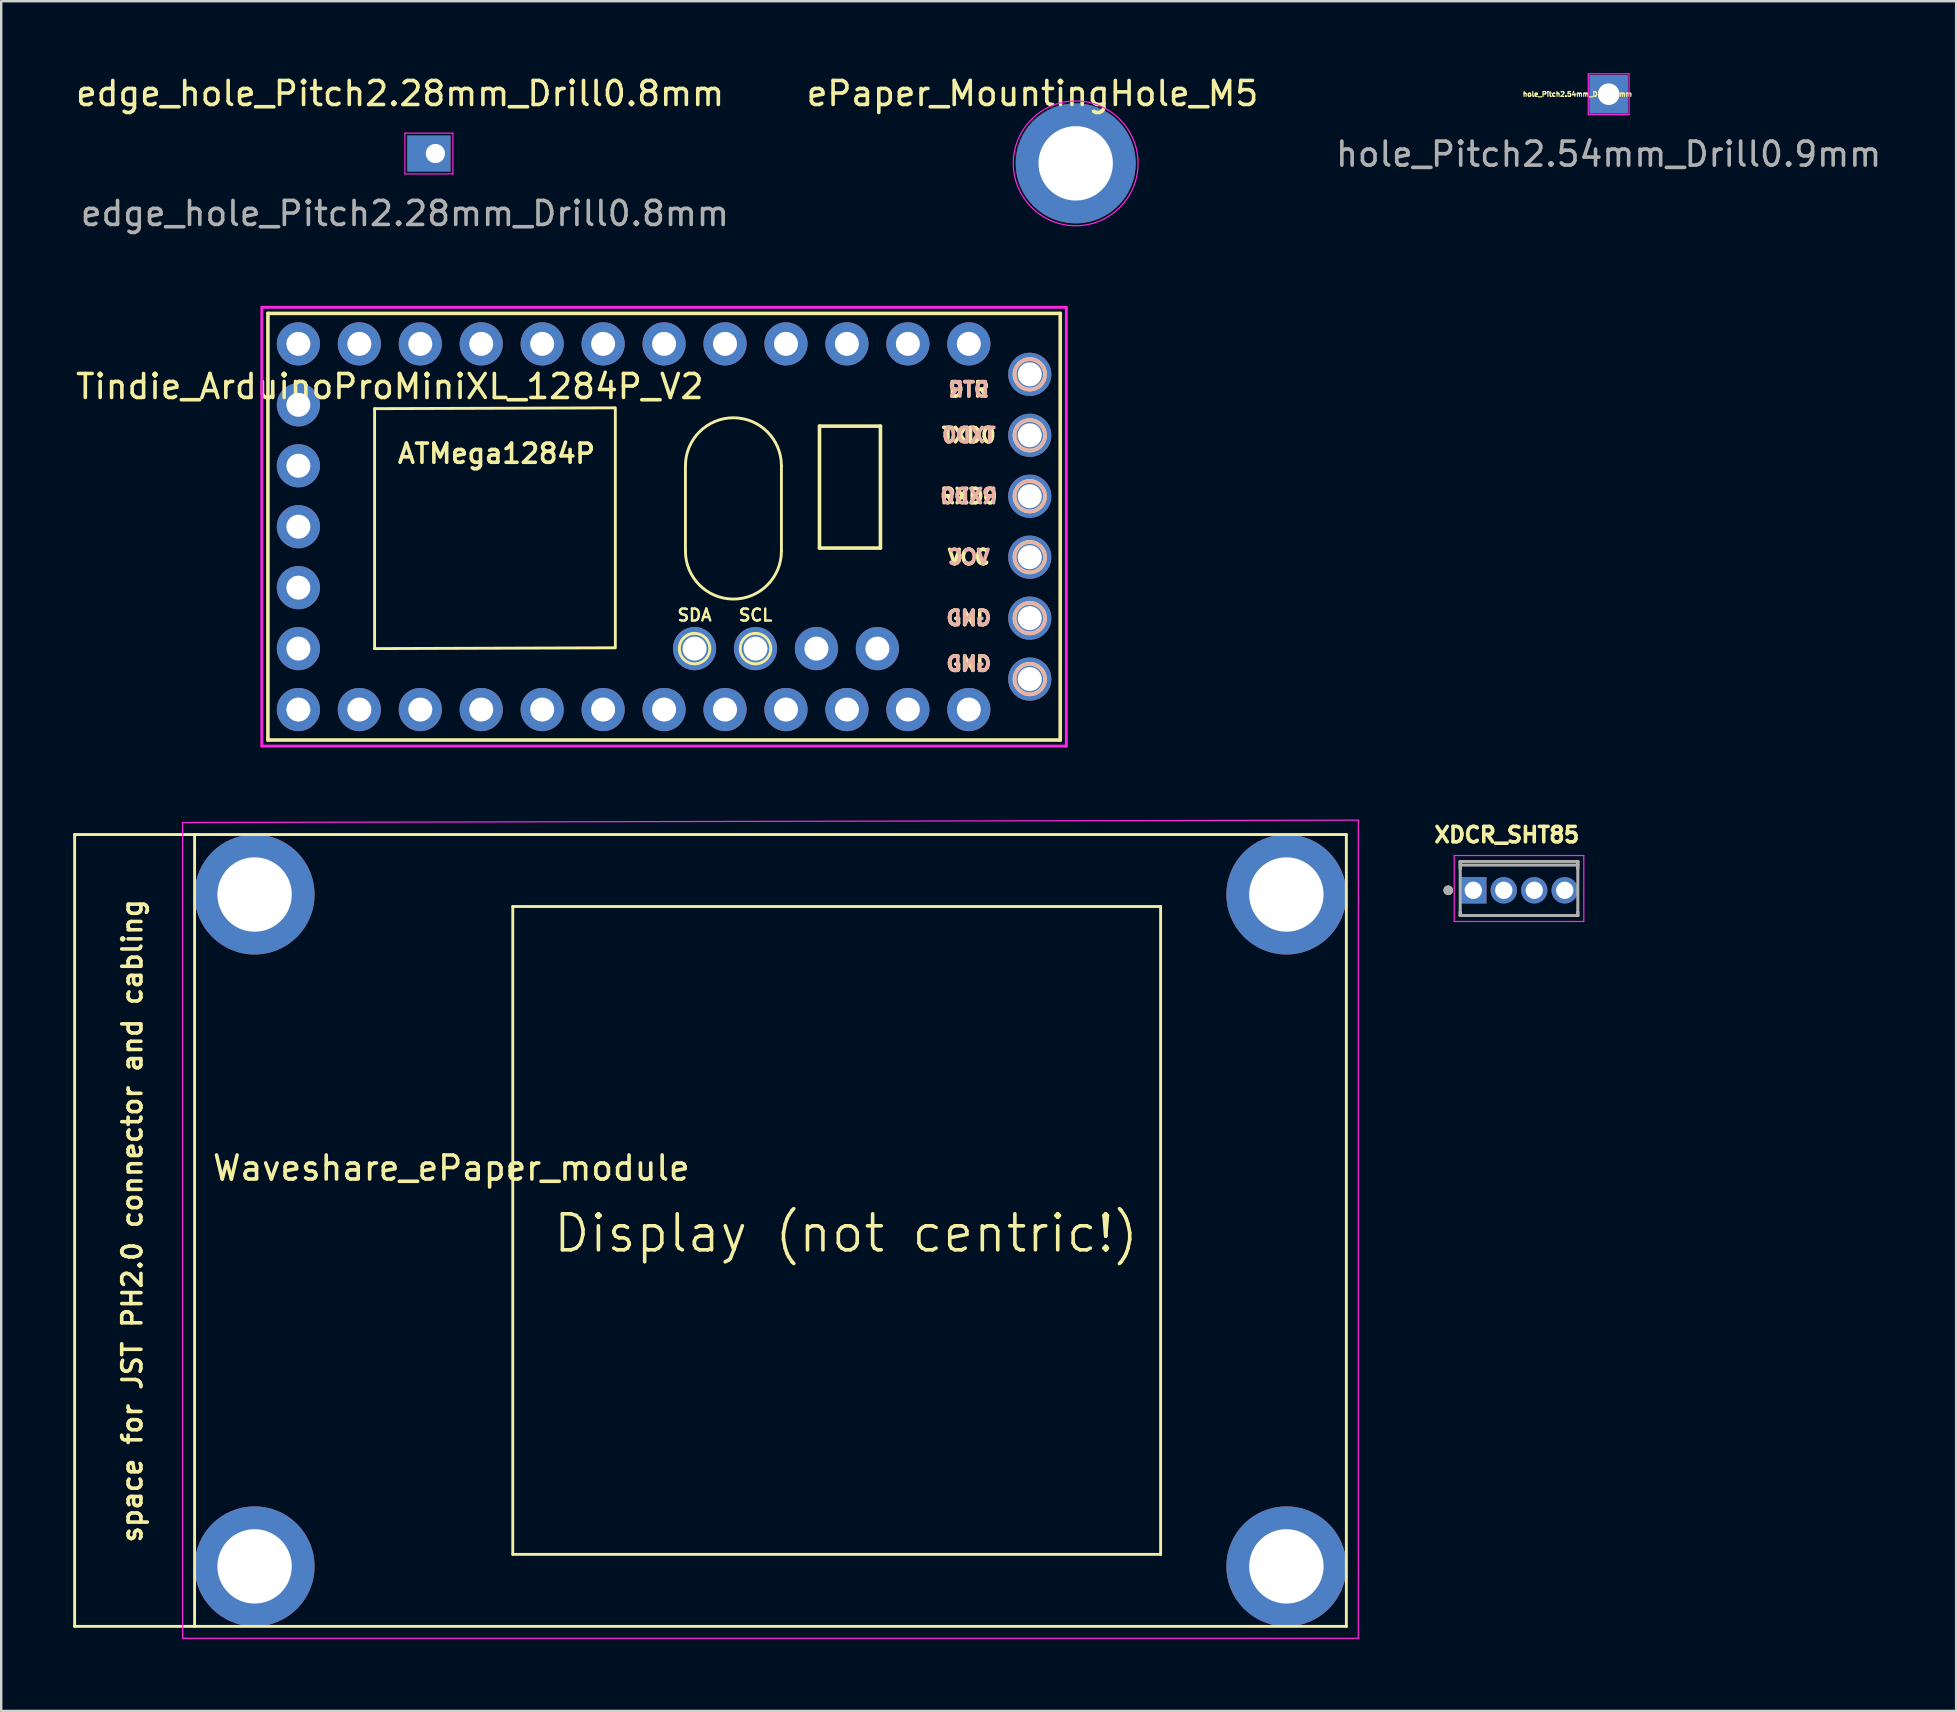
<source format=kicad_pcb>
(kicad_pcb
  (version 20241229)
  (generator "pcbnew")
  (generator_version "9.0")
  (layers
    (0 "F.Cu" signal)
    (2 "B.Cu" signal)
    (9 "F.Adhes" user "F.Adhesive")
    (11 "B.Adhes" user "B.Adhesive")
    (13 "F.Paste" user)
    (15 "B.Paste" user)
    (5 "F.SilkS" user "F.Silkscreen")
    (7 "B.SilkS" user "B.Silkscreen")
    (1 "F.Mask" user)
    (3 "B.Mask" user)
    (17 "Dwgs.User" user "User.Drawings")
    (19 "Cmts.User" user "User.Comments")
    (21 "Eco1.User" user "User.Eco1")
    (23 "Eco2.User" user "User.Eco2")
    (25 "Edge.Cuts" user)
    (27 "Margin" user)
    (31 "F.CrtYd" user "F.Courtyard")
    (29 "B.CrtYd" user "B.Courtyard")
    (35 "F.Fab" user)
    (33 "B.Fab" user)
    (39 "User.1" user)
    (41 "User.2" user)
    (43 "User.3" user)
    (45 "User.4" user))
  (footprint "Tindie_ArduinoProMiniXL_1284P_V2"
    (layer "F.Cu")
    (at 8.116 27.791)
    (property "Reference" "Tindie_ArduinoProMiniXL_1284P_V2" (at 5.08 -14.732 0) (layer "F.SilkS") (effects (font (size 1 1) (thickness 0.15))))
    (attr through_hole)
    (fp_line (start 0 -17.78) (end 0 0) (stroke (width 0.15) (type solid)) (layer "F.SilkS"))
    (fp_line (start 0 0) (end 33.02 0) (stroke (width 0.15) (type solid)) (layer "F.SilkS"))
    (fp_line (start 4.445 -13.81) (end 14.445 -13.843) (stroke (width 0.12) (type solid)) (layer "F.SilkS"))
    (fp_line (start 4.445 -3.81) (end 4.445 -13.81) (stroke (width 0.12) (type solid)) (layer "F.SilkS"))
    (fp_line (start 4.445 -3.81) (end 14.445 -3.843) (stroke (width 0.12) (type solid)) (layer "F.SilkS"))
    (fp_line (start 14.478 -3.843) (end 14.478 -13.843) (stroke (width 0.12) (type solid)) (layer "F.SilkS"))
    (fp_line (start 17.399 -11.43) (end 17.399 -7.874) (stroke (width 0.12) (type solid)) (layer "F.SilkS"))
    (fp_line (start 21.4 -11.43) (end 21.4 -7.874) (stroke (width 0.12) (type solid)) (layer "F.SilkS"))
    (fp_line (start 22.987 -13.081) (end 22.987 -8.001) (stroke (width 0.15) (type solid)) (layer "F.SilkS"))
    (fp_line (start 22.987 -8.001) (end 25.527 -8.001) (stroke (width 0.15) (type solid)) (layer "F.SilkS"))
    (fp_line (start 25.527 -13.081) (end 22.987 -13.081) (stroke (width 0.15) (type solid)) (layer "F.SilkS"))
    (fp_line (start 25.527 -8.001) (end 25.527 -13.081) (stroke (width 0.15) (type solid)) (layer "F.SilkS"))
    (fp_line (start 33.02 -17.78) (end 0 -17.78) (stroke (width 0.15) (type solid)) (layer "F.SilkS"))
    (fp_line (start 33.02 0) (end 33.02 -17.78) (stroke (width 0.15) (type solid)) (layer "F.SilkS"))
    (fp_arc (start 17.4 -11.43) (mid 19.4 -13.43) (end 21.4 -11.43) (stroke (width 0.12) (type solid)) (layer "F.SilkS"))
    (fp_arc (start 21.4 -7.874) (mid 19.4 -5.874) (end 17.4 -7.874) (stroke (width 0.12) (type solid)) (layer "F.SilkS"))
    (fp_circle (center 17.78 -3.81) (end 18.288 -4.191) (stroke (width 0.12) (type solid)) (fill no) (layer "F.SilkS"))
    (fp_circle (center 20.32 -3.81) (end 20.828 -4.191) (stroke (width 0.12) (type solid)) (fill no) (layer "F.SilkS"))
    (fp_circle (center 31.75 -15.24) (end 31.75 -14.605) (stroke (width 0.15) (type solid)) (fill no) (layer "F.SilkS"))
    (fp_circle (center 31.75 -12.7) (end 31.75 -12.065) (stroke (width 0.15) (type solid)) (fill no) (layer "F.SilkS"))
    (fp_circle (center 31.75 -10.16) (end 31.75 -9.525) (stroke (width 0.15) (type solid)) (fill no) (layer "F.SilkS"))
    (fp_circle (center 31.75 -7.62) (end 31.75 -6.985) (stroke (width 0.15) (type solid)) (fill no) (layer "F.SilkS"))
    (fp_circle (center 31.75 -5.08) (end 31.75 -4.445) (stroke (width 0.15) (type solid)) (fill no) (layer "F.SilkS"))
    (fp_circle (center 31.75 -2.54) (end 31.75 -1.905) (stroke (width 0.15) (type solid)) (fill no) (layer "F.SilkS"))
    (fp_circle (center 31.75 -15.24) (end 31.75 -14.605) (stroke (width 0.15) (type solid)) (fill no) (layer "B.SilkS"))
    (fp_circle (center 31.75 -12.7) (end 31.75 -12.065) (stroke (width 0.15) (type solid)) (fill no) (layer "B.SilkS"))
    (fp_circle (center 31.75 -10.16) (end 31.75 -9.525) (stroke (width 0.15) (type solid)) (fill no) (layer "B.SilkS"))
    (fp_circle (center 31.75 -7.62) (end 31.75 -6.985) (stroke (width 0.15) (type solid)) (fill no) (layer "B.SilkS"))
    (fp_circle (center 31.75 -5.08) (end 31.75 -4.445) (stroke (width 0.15) (type solid)) (fill no) (layer "B.SilkS"))
    (fp_circle (center 31.75 -2.54) (end 31.75 -1.905) (stroke (width 0.15) (type solid)) (fill no) (layer "B.SilkS"))
    (fp_line (start -0.254 -18.034) (end 33.274 -18.034) (stroke (width 0.12) (type solid)) (layer "F.CrtYd"))
    (fp_line (start -0.254 0.254) (end -0.254 -18.034) (stroke (width 0.12) (type solid)) (layer "F.CrtYd"))
    (fp_line (start 33.274 -18.034) (end 33.274 0.254) (stroke (width 0.12) (type solid)) (layer "F.CrtYd"))
    (fp_line (start 33.274 0.254) (end -0.254 0.254) (stroke (width 0.12) (type solid)) (layer "F.CrtYd"))
    (fp_text user "SDA" (at 17.78 -5.207 0) (layer "F.SilkS") (effects (font (size 0.5 0.5) (thickness 0.1))))
    (fp_text user "DTR" (at 29.21 -14.605 0) (layer "F.SilkS") (effects (font (size 0.6 0.6) (thickness 0.15))))
    (fp_text user "RXD0" (at 29.21 -10.16 0) (layer "F.SilkS") (effects (font (size 0.6 0.6) (thickness 0.15))))
    (fp_text user "SCL" (at 20.32 -5.207 0) (layer "F.SilkS") (effects (font (size 0.5 0.5) (thickness 0.1))))
    (fp_text user "GND" (at 29.21 -5.08 0) (layer "F.SilkS") (effects (font (size 0.6 0.6) (thickness 0.15))))
    (fp_text user "VCC" (at 29.21 -7.62 0) (layer "F.SilkS") (effects (font (size 0.6 0.6) (thickness 0.15))))
    (fp_text user "TXD0" (at 29.21 -12.7 0) (layer "F.SilkS") (effects (font (size 0.6 0.6) (thickness 0.15))))
    (fp_text user "GND" (at 29.21 -3.175 0) (layer "F.SilkS") (effects (font (size 0.6 0.6) (thickness 0.15))))
    (fp_text user "ATMega1284P" (at 9.525 -11.938 0) (layer "F.SilkS") (effects (font (size 0.8 0.8) (thickness 0.15))))
    (fp_text user "DTR" (at 29.21 -14.605 0) (layer "B.SilkS") (effects (font (size 0.6 0.6) (thickness 0.15)) (justify mirror)))
    (fp_text user "GND" (at 29.21 -5.08 0) (layer "B.SilkS") (effects (font (size 0.6 0.6) (thickness 0.15)) (justify mirror)))
    (fp_text user "GND" (at 29.21 -3.175 0) (layer "B.SilkS") (effects (font (size 0.6 0.6) (thickness 0.15)) (justify mirror)))
    (fp_text user "VCC" (at 29.21 -7.62 0) (layer "B.SilkS") (effects (font (size 0.6 0.6) (thickness 0.15)) (justify mirror)))
    (fp_text user "RXD0" (at 29.21 -10.16 0) (layer "B.SilkS") (effects (font (size 0.6 0.6) (thickness 0.15)) (justify mirror)))
    (fp_text user "TXD0" (at 29.21 -12.7 0) (layer "B.SilkS") (effects (font (size 0.6 0.6) (thickness 0.15)) (justify mirror)))
    (pad "1A" thru_hole circle (at 29.21 -1.27) (size 1.8 1.8) (drill 1) (layers "*.Cu" "*.Mask"))
    (pad "1B" thru_hole circle (at 1.27 -13.97) (size 1.8 1.8) (drill 1) (layers "*.Cu" "*.Mask"))
    (pad "1C" thru_hole circle (at 29.21 -16.51) (size 1.8 1.8) (drill 1) (layers "*.Cu" "*.Mask"))
    (pad "1D" thru_hole circle (at 31.75 -15.24) (size 1.8 1.8) (drill 1) (layers "*.Cu" "*.Mask"))
    (pad "1E" thru_hole circle (at 25.4 -3.81) (size 1.8 1.8) (drill 1) (layers "*.Cu" "*.Mask"))
    (pad "2A" thru_hole circle (at 26.67 -1.27) (size 1.8 1.8) (drill 1) (layers "*.Cu" "*.Mask"))
    (pad "2B" thru_hole circle (at 1.27 -11.43) (size 1.8 1.8) (drill 1) (layers "*.Cu" "*.Mask"))
    (pad "2C" thru_hole circle (at 26.67 -16.51) (size 1.8 1.8) (drill 1) (layers "*.Cu" "*.Mask"))
    (pad "2D" thru_hole circle (at 31.75 -12.7) (size 1.8 1.8) (drill 1) (layers "*.Cu" "*.Mask"))
    (pad "2E" thru_hole circle (at 22.86 -3.81) (size 1.8 1.8) (drill 1) (layers "*.Cu" "*.Mask"))
    (pad "3A" thru_hole circle (at 24.13 -1.27) (size 1.8 1.8) (drill 1) (layers "*.Cu" "*.Mask"))
    (pad "3B" thru_hole circle (at 1.27 -8.89) (size 1.8 1.8) (drill 1) (layers "*.Cu" "*.Mask"))
    (pad "3C" thru_hole circle (at 24.13 -16.51) (size 1.8 1.8) (drill 1) (layers "*.Cu" "*.Mask"))
    (pad "3D" thru_hole circle (at 31.75 -10.16) (size 1.8 1.8) (drill 1) (layers "*.Cu" "*.Mask"))
    (pad "3E" thru_hole circle (at 20.32 -3.81) (size 1.8 1.8) (drill 1) (layers "*.Cu" "*.Mask"))
    (pad "4A" thru_hole circle (at 21.59 -1.27) (size 1.8 1.8) (drill 1) (layers "*.Cu" "*.Mask"))
    (pad "4B" thru_hole circle (at 1.27 -6.35) (size 1.8 1.8) (drill 1) (layers "*.Cu" "*.Mask"))
    (pad "4C" thru_hole circle (at 21.59 -16.51) (size 1.8 1.8) (drill 1) (layers "*.Cu" "*.Mask"))
    (pad "4D" thru_hole circle (at 31.75 -7.62) (size 1.8 1.8) (drill 1) (layers "*.Cu" "*.Mask"))
    (pad "4E" thru_hole circle (at 17.78 -3.81) (size 1.8 1.8) (drill 1) (layers "*.Cu" "*.Mask"))
    (pad "5A" thru_hole circle (at 19.05 -1.27) (size 1.8 1.8) (drill 1) (layers "*.Cu" "*.Mask"))
    (pad "5B" thru_hole circle (at 1.27 -3.81) (size 1.8 1.8) (drill 1) (layers "*.Cu" "*.Mask"))
    (pad "5C" thru_hole circle (at 19.05 -16.51) (size 1.8 1.8) (drill 1) (layers "*.Cu" "*.Mask"))
    (pad "5D" thru_hole circle (at 31.75 -5.08) (size 1.8 1.8) (drill 1) (layers "*.Cu" "*.Mask"))
    (pad "6A" thru_hole circle (at 16.51 -1.27) (size 1.8 1.8) (drill 1) (layers "*.Cu" "*.Mask"))
    (pad "6C" thru_hole circle (at 16.51 -16.51) (size 1.8 1.8) (drill 1) (layers "*.Cu" "*.Mask"))
    (pad "6D" thru_hole circle (at 31.75 -2.54) (size 1.8 1.8) (drill 1) (layers "*.Cu" "*.Mask"))
    (pad "7A" thru_hole circle (at 13.97 -1.27) (size 1.8 1.8) (drill 1) (layers "*.Cu" "*.Mask"))
    (pad "7C" thru_hole circle (at 13.97 -16.51) (size 1.8 1.8) (drill 1) (layers "*.Cu" "*.Mask"))
    (pad "8A" thru_hole circle (at 11.43 -1.27) (size 1.8 1.8) (drill 1) (layers "*.Cu" "*.Mask"))
    (pad "8C" thru_hole circle (at 11.43 -16.51) (size 1.8 1.8) (drill 1) (layers "*.Cu" "*.Mask"))
    (pad "9A" thru_hole circle (at 8.89 -1.27) (size 1.8 1.8) (drill 1) (layers "*.Cu" "*.Mask"))
    (pad "9C" thru_hole circle (at 8.89 -16.51) (size 1.8 1.8) (drill 1) (layers "*.Cu" "*.Mask"))
    (pad "10A" thru_hole circle (at 6.35 -1.27) (size 1.8 1.8) (drill 1) (layers "*.Cu" "*.Mask"))
    (pad "10C" thru_hole circle (at 6.35 -16.51) (size 1.8 1.8) (drill 1) (layers "*.Cu" "*.Mask"))
    (pad "11A" thru_hole circle (at 3.81 -1.27) (size 1.8 1.8) (drill 1) (layers "*.Cu" "*.Mask"))
    (pad "11C" thru_hole circle (at 3.81 -16.51) (size 1.8 1.8) (drill 1) (layers "*.Cu" "*.Mask"))
    (pad "12A" thru_hole circle (at 1.27 -1.27) (size 1.8 1.8) (drill 1) (layers "*.Cu" "*.Mask"))
    (pad "12C" thru_hole circle (at 1.27 -16.51) (size 1.8 1.8) (drill 1) (layers "*.Cu" "*.Mask")))
  (footprint "ePaper_MountingHole_M5"
    (layer "F.Cu")
    (at 41.78 3.758)
    (property "Reference" "ePaper_MountingHole_M5" (at -1.8 -2.91 0) (layer "F.SilkS") (effects (font (size 1 1) (thickness 0.15))))
    (attr through_hole)
    (fp_circle (center 0 0) (end 2.6 0) (stroke (width 0.05) (type solid)) (fill no) (layer "F.CrtYd"))
    (pad "1" thru_hole circle (at 0 0) (size 5 5) (drill 3.1) (layers "*.Cu" "*.Mask")))
  (footprint "edge_hole_Pitch2.28mm_Drill0.8mm"
    (layer "F.Cu")
    (at 13.825 3.348)
    (property "Reference" "edge_hole_Pitch2.28mm_Drill0.8mm" (at -0.2 -2.5 0) (unlocked yes) (layer "F.SilkS") (effects (font (size 1 1) (thickness 0.15))))
    (attr smd)
    (fp_line (start 0 -0.85) (end 2 -0.85) (stroke (width 0.05) (type solid)) (layer "F.CrtYd"))
    (fp_line (start 0 0.85) (end 0 -0.85) (stroke (width 0.05) (type solid)) (layer "F.CrtYd"))
    (fp_line (start 2 -0.85) (end 2 0.85) (stroke (width 0.05) (type solid)) (layer "F.CrtYd"))
    (fp_line (start 2 0.85) (end 0 0.85) (stroke (width 0.05) (type solid)) (layer "F.CrtYd"))
    (fp_text user "${REFERENCE}" (at 0 2.5 0) (unlocked yes) (layer "F.Fab") (effects (font (size 1 1) (thickness 0.15))))
    (pad "1" thru_hole rect (at 1.27 0) (size 1.8 1.5) (drill 0.8 (offset -0.27 0)) (property pad_prop_castellated) (layers "*.Cu" "*.Mask")))
  (footprint "XDCR_SHT85"
    (layer "F.Cu")
    (at 60.256 34.054)
    (property "Reference" "XDCR_SHT85" (at -0.508 -2.311 0) (layer "F.SilkS") (effects (font (size 0.64 0.64) (thickness 0.15))))
    (attr through_hole)
    (fp_line (start -2.45 -1.2) (end -2.45 -0.9) (stroke (width 0.127) (type solid)) (layer "F.SilkS"))
    (fp_line (start -2.45 1.05) (end -2.45 0.9) (stroke (width 0.127) (type solid)) (layer "F.SilkS"))
    (fp_line (start -2.45 1.05) (end 2.45 1.05) (stroke (width 0.127) (type solid)) (layer "F.SilkS"))
    (fp_line (start 2.45 -1.2) (end -2.45 -1.2) (stroke (width 0.127) (type solid)) (layer "F.SilkS"))
    (fp_line (start 2.45 -1.2) (end 2.45 -0.9) (stroke (width 0.127) (type solid)) (layer "F.SilkS"))
    (fp_line (start 2.45 1.05) (end 2.45 0.9) (stroke (width 0.127) (type solid)) (layer "F.SilkS"))
    (fp_circle (center -2.95 0) (end -2.85 0) (stroke (width 0.2) (type solid)) (fill no) (layer "F.SilkS"))
    (fp_line (start -2.7 -1.45) (end -2.7 1.3) (stroke (width 0.05) (type solid)) (layer "F.CrtYd"))
    (fp_line (start -2.7 1.3) (end 2.7 1.3) (stroke (width 0.05) (type solid)) (layer "F.CrtYd"))
    (fp_line (start 2.7 -1.45) (end -2.7 -1.45) (stroke (width 0.05) (type solid)) (layer "F.CrtYd"))
    (fp_line (start 2.7 1.3) (end 2.7 -1.45) (stroke (width 0.05) (type solid)) (layer "F.CrtYd"))
    (fp_line (start -2.45 -1.2) (end -2.45 -1.05) (stroke (width 0.127) (type solid)) (layer "F.Fab"))
    (fp_line (start -2.45 -1.05) (end -2.45 1.05) (stroke (width 0.127) (type solid)) (layer "F.Fab"))
    (fp_line (start -2.45 1.05) (end 2.45 1.05) (stroke (width 0.127) (type solid)) (layer "F.Fab"))
    (fp_line (start 2.45 -1.2) (end -2.45 -1.2) (stroke (width 0.127) (type solid)) (layer "F.Fab"))
    (fp_line (start 2.45 -1.05) (end -2.45 -1.05) (stroke (width 0.127) (type solid)) (layer "F.Fab"))
    (fp_line (start 2.45 -1.05) (end 2.45 -1.2) (stroke (width 0.127) (type solid)) (layer "F.Fab"))
    (fp_line (start 2.45 1.05) (end 2.45 -1.05) (stroke (width 0.127) (type solid)) (layer "F.Fab"))
    (fp_circle (center -2.95 0) (end -2.85 0) (stroke (width 0.2) (type solid)) (fill no) (layer "F.Fab"))
    (pad "1" thru_hole rect (at -1.905 0) (size 1.1 1.1) (drill 0.72) (layers "*.Cu" "*.Mask"))
    (pad "2" thru_hole circle (at -0.635 0) (size 1.1 1.1) (drill 0.72) (layers "*.Cu" "*.Mask"))
    (pad "3" thru_hole circle (at 0.635 0) (size 1.1 1.1) (drill 0.72) (layers "*.Cu" "*.Mask"))
    (pad "4" thru_hole circle (at 1.905 0) (size 1.1 1.1) (drill 0.72) (layers "*.Cu" "*.Mask")))
  (footprint "Waveshare_ePaper_module"
    (layer "F.Cu")
    (at 5.06 31.73)
    (property "Reference" "Waveshare_ePaper_module" (at 10.7 13.9 0) (layer "F.SilkS") (effects (font (size 1 1) (thickness 0.15))))
    (attr through_hole)
    (fp_line (start -5 0) (end -5 33) (stroke (width 0.12) (type solid)) (layer "F.SilkS"))
    (fp_line (start -5 33) (end 0 33) (stroke (width 0.12) (type solid)) (layer "F.SilkS"))
    (fp_line (start 0 0) (end -5 0) (stroke (width 0.12) (type solid)) (layer "F.SilkS"))
    (fp_line (start 0 0) (end 48 0) (stroke (width 0.12) (type solid)) (layer "F.SilkS"))
    (fp_line (start 0 33) (end 0 0) (stroke (width 0.12) (type solid)) (layer "F.SilkS"))
    (fp_line (start 13.26 3) (end 40.26 3) (stroke (width 0.12) (type solid)) (layer "F.SilkS"))
    (fp_line (start 13.26 30) (end 13.26 3) (stroke (width 0.12) (type solid)) (layer "F.SilkS"))
    (fp_line (start 40.26 3) (end 40.26 30) (stroke (width 0.12) (type solid)) (layer "F.SilkS"))
    (fp_line (start 40.26 30) (end 13.26 30) (stroke (width 0.12) (type solid)) (layer "F.SilkS"))
    (fp_line (start 48 0) (end 48 33) (stroke (width 0.12) (type solid)) (layer "F.SilkS"))
    (fp_line (start 48 33) (end 0 33) (stroke (width 0.12) (type solid)) (layer "F.SilkS"))
    (fp_line (start -0.5 -0.5) (end -0.5 33.5) (stroke (width 0.05) (type solid)) (layer "F.CrtYd"))
    (fp_line (start -0.5 -0.5) (end 48.5 -0.6) (stroke (width 0.05) (type solid)) (layer "F.CrtYd"))
    (fp_line (start -0.5 33.5) (end -0.35 33.5) (stroke (width 0.05) (type solid)) (layer "F.CrtYd"))
    (fp_line (start 48.5 -0.6) (end 48.5 33.5) (stroke (width 0.05) (type solid)) (layer "F.CrtYd"))
    (fp_line (start 48.5 33.5) (end -0.4 33.5) (stroke (width 0.05) (type solid)) (layer "F.CrtYd"))
    (fp_text user "space for JST PH2.0 connector and cabling" (at -2.6 16.1 90) (layer "F.SilkS") (effects (font (size 0.8 0.8) (thickness 0.15))))
    (fp_text user "Display (not centric!)" (at 27.15 16.62 0) (layer "F.SilkS") (effects (font (size 1.5 1.5) (thickness 0.15))))
    (pad "1" thru_hole circle (at 2.5 2.5) (size 5 5) (drill 3.1) (layers "*.Cu" "*.Mask"))
    (pad "1" thru_hole circle (at 2.5 30.5) (size 5 5) (drill 3.1) (layers "*.Cu" "*.Mask"))
    (pad "1" thru_hole circle (at 45.5 2.5) (size 5 5) (drill 3.1) (layers "*.Cu" "*.Mask"))
    (pad "1" thru_hole circle (at 45.5 30.5) (size 5 5) (drill 3.1) (layers "*.Cu" "*.Mask")))
  (footprint "hole_Pitch2.54mm_Drill0.9mm"
    (layer "F.Cu")
    (at 63.992 0.875)
    (property "Reference" "hole_Pitch2.54mm_Drill0.9mm" (at -1.3 0 0) (unlocked yes) (layer "F.SilkS") (effects (font (size 0.2 0.2) (thickness 0.05))))
    (attr smd)
    (fp_line (start -0.85 -0.85) (end 0.85 -0.85) (stroke (width 0.05) (type solid)) (layer "F.CrtYd"))
    (fp_line (start -0.85 0.85) (end -0.85 -0.85) (stroke (width 0.05) (type solid)) (layer "F.CrtYd"))
    (fp_line (start 0.85 -0.85) (end 0.85 0.85) (stroke (width 0.05) (type solid)) (layer "F.CrtYd"))
    (fp_line (start 0.85 0.85) (end -0.85 0.85) (stroke (width 0.05) (type solid)) (layer "F.CrtYd"))
    (fp_text user "${REFERENCE}" (at 0 2.5 0) (unlocked yes) (layer "F.Fab") (effects (font (size 1 1) (thickness 0.15))))
    (pad "1" thru_hole rect (at 0 0) (size 1.6 1.6) (drill 0.9) (property pad_prop_castellated) (layers "*.Cu" "*.Mask")))
  (gr_rect
    (start -3 -3)
    (end 78.474 68.254)
    (stroke (width 0.1) (type default))
    (fill no)
    (layer "Edge.Cuts")))
</source>
